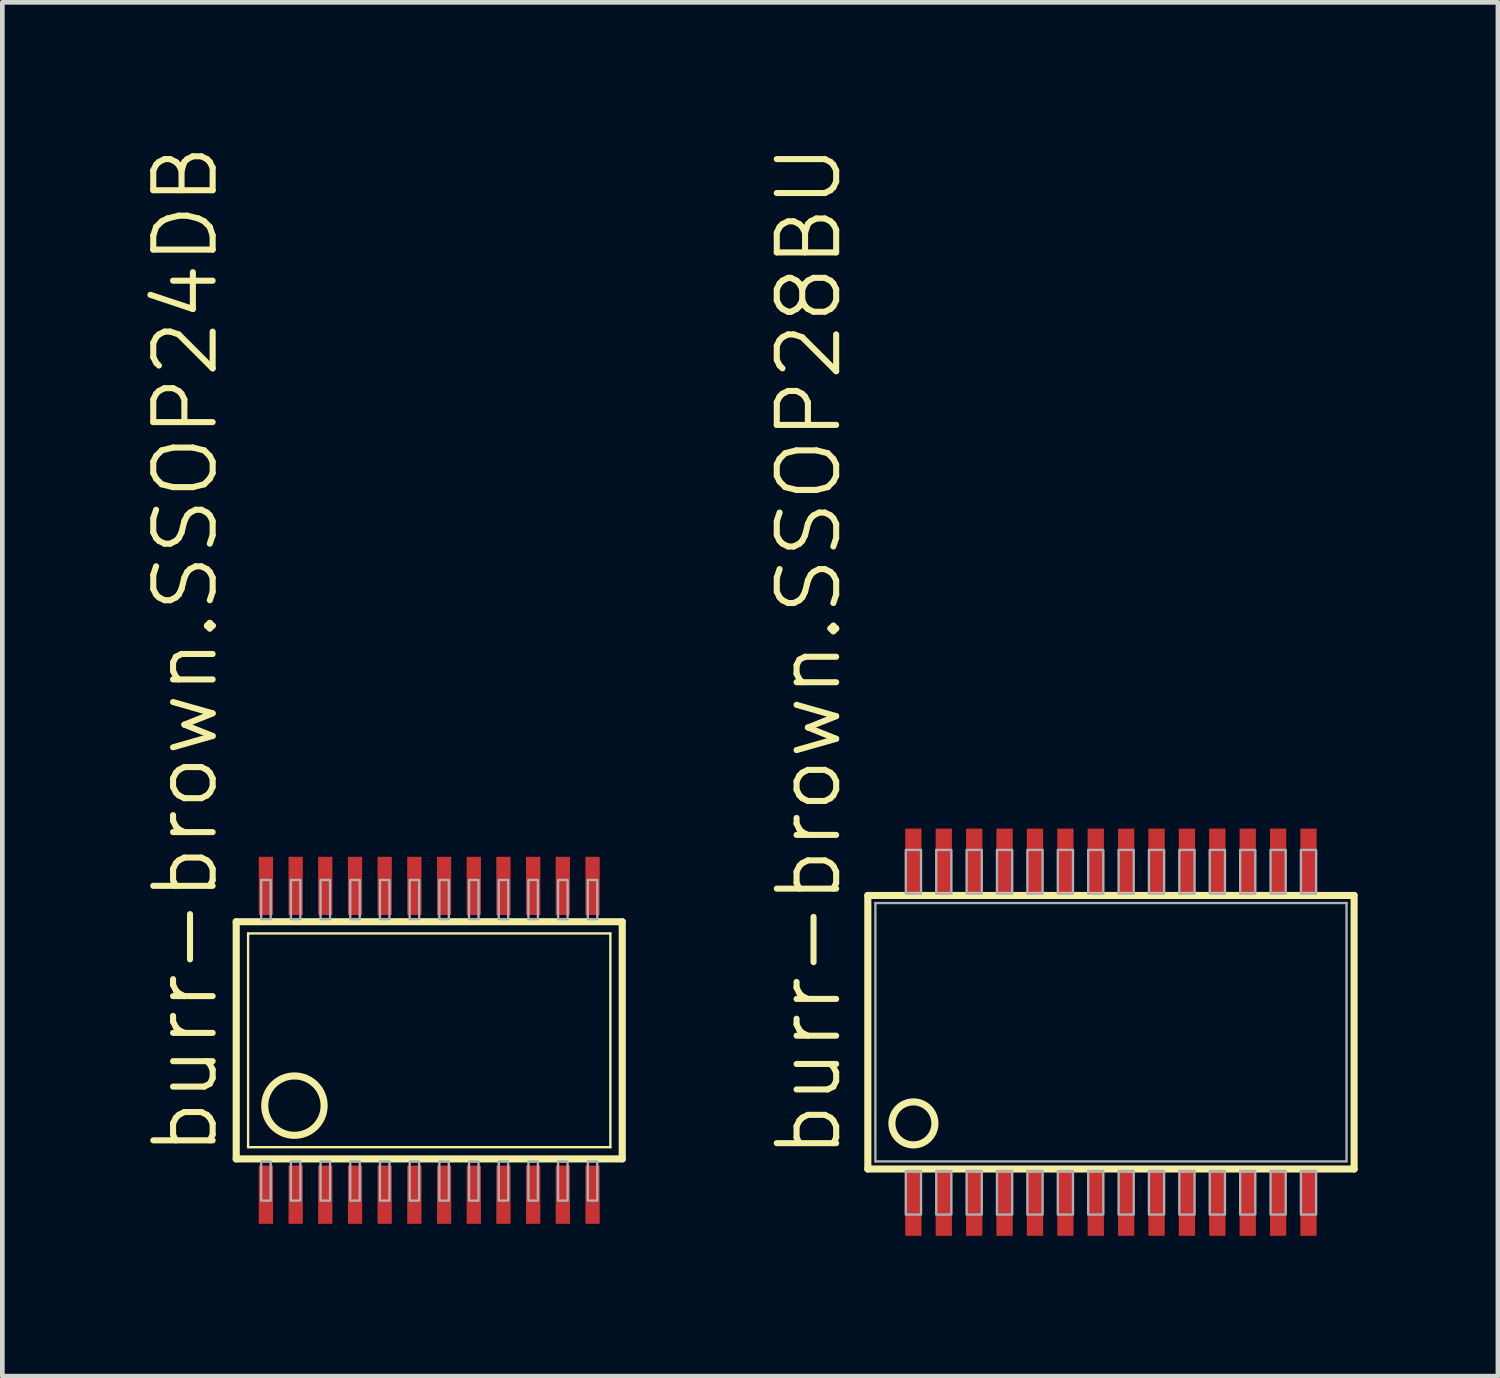
<source format=kicad_pcb>
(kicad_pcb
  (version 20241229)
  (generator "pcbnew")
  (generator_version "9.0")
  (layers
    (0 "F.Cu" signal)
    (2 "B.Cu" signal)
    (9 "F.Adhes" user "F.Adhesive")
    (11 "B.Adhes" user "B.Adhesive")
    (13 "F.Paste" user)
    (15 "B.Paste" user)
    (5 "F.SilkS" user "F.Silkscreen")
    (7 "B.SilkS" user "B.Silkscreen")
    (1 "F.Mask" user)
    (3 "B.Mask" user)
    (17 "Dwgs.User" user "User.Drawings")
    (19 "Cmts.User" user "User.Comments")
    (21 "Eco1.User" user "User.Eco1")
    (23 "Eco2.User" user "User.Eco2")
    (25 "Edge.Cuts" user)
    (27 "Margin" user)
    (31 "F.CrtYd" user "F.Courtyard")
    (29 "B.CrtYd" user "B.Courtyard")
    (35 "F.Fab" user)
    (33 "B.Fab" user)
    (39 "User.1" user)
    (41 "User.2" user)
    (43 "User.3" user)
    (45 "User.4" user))
  (footprint "burr-brown.SSOP24DB"
    (layer "F.Cu")
    (at 6.13 19.199)
    (property "Reference" "burr-brown.SSOP24DB" (at -4.47 2.527 90) (layer "F.SilkS") (effects (font (size 1.27 1.27) (thickness 0.13)) (justify left bottom)))
    (attr smd)
    (fp_line (start -4.128 2.536) (end -4.128 -2.536) (stroke (width 0.152) (type default)) (layer "F.SilkS"))
    (fp_line (start -4.128 2.536) (end 4.128 2.536) (stroke (width 0.152) (type default)) (layer "F.SilkS"))
    (fp_line (start -3.874 2.286) (end -3.874 -2.286) (stroke (width 0.051) (type default)) (layer "F.SilkS"))
    (fp_line (start -3.874 2.286) (end 3.874 2.286) (stroke (width 0.051) (type default)) (layer "F.SilkS"))
    (fp_line (start 3.874 -2.286) (end -3.874 -2.286) (stroke (width 0.051) (type default)) (layer "F.SilkS"))
    (fp_line (start 3.874 -2.286) (end 3.874 2.286) (stroke (width 0.051) (type default)) (layer "F.SilkS"))
    (fp_line (start 4.128 -2.536) (end -4.128 -2.536) (stroke (width 0.152) (type default)) (layer "F.SilkS"))
    (fp_line (start 4.128 2.536) (end 4.128 -2.536) (stroke (width 0.152) (type default)) (layer "F.SilkS"))
    (fp_circle (center -2.883 1.397) (end -2.248 1.397) (stroke (width 0.152) (type default)) (fill no) (layer "F.SilkS"))
    (fp_rect (start -3.594 -2.591) (end -3.391 -3.429) (stroke (width 0.05) (type default)) (fill no) (layer "F.Fab"))
    (fp_rect (start -3.594 3.429) (end -3.391 2.591) (stroke (width 0.05) (type default)) (fill no) (layer "F.Fab"))
    (fp_rect (start -2.959 -2.591) (end -2.756 -3.429) (stroke (width 0.05) (type default)) (fill no) (layer "F.Fab"))
    (fp_rect (start -2.959 3.429) (end -2.756 2.591) (stroke (width 0.05) (type default)) (fill no) (layer "F.Fab"))
    (fp_rect (start -2.324 -2.591) (end -2.121 -3.429) (stroke (width 0.05) (type default)) (fill no) (layer "F.Fab"))
    (fp_rect (start -2.324 3.429) (end -2.121 2.591) (stroke (width 0.05) (type default)) (fill no) (layer "F.Fab"))
    (fp_rect (start -1.689 -2.591) (end -1.486 -3.429) (stroke (width 0.05) (type default)) (fill no) (layer "F.Fab"))
    (fp_rect (start -1.689 3.429) (end -1.486 2.591) (stroke (width 0.05) (type default)) (fill no) (layer "F.Fab"))
    (fp_rect (start -1.054 -2.591) (end -0.851 -3.429) (stroke (width 0.05) (type default)) (fill no) (layer "F.Fab"))
    (fp_rect (start -1.054 3.429) (end -0.851 2.591) (stroke (width 0.05) (type default)) (fill no) (layer "F.Fab"))
    (fp_rect (start -0.419 -2.591) (end -0.216 -3.429) (stroke (width 0.05) (type default)) (fill no) (layer "F.Fab"))
    (fp_rect (start -0.419 3.429) (end -0.216 2.591) (stroke (width 0.05) (type default)) (fill no) (layer "F.Fab"))
    (fp_rect (start 0.216 -2.591) (end 0.419 -3.429) (stroke (width 0.05) (type default)) (fill no) (layer "F.Fab"))
    (fp_rect (start 0.216 3.429) (end 0.419 2.591) (stroke (width 0.05) (type default)) (fill no) (layer "F.Fab"))
    (fp_rect (start 0.851 -2.591) (end 1.054 -3.429) (stroke (width 0.05) (type default)) (fill no) (layer "F.Fab"))
    (fp_rect (start 0.851 3.429) (end 1.054 2.591) (stroke (width 0.05) (type default)) (fill no) (layer "F.Fab"))
    (fp_rect (start 1.486 -2.591) (end 1.689 -3.429) (stroke (width 0.05) (type default)) (fill no) (layer "F.Fab"))
    (fp_rect (start 1.486 3.429) (end 1.689 2.591) (stroke (width 0.05) (type default)) (fill no) (layer "F.Fab"))
    (fp_rect (start 2.121 -2.591) (end 2.324 -3.429) (stroke (width 0.05) (type default)) (fill no) (layer "F.Fab"))
    (fp_rect (start 2.121 3.429) (end 2.324 2.591) (stroke (width 0.05) (type default)) (fill no) (layer "F.Fab"))
    (fp_rect (start 2.756 -2.591) (end 2.959 -3.429) (stroke (width 0.05) (type default)) (fill no) (layer "F.Fab"))
    (fp_rect (start 2.756 3.429) (end 2.959 2.591) (stroke (width 0.05) (type default)) (fill no) (layer "F.Fab"))
    (fp_rect (start 3.391 -2.591) (end 3.594 -3.429) (stroke (width 0.05) (type default)) (fill no) (layer "F.Fab"))
    (fp_rect (start 3.391 3.429) (end 3.594 2.591) (stroke (width 0.05) (type default)) (fill no) (layer "F.Fab"))
    (pad "1" smd roundrect (at -3.493 3.302) (size 0.305 1.245) (layers "F.Cu" "F.Mask" "F.Paste") (roundrect_rratio 0.01))
    (pad "2" smd roundrect (at -2.857 3.302) (size 0.305 1.245) (layers "F.Cu" "F.Mask" "F.Paste") (roundrect_rratio 0.01))
    (pad "3" smd roundrect (at -2.223 3.302) (size 0.305 1.245) (layers "F.Cu" "F.Mask" "F.Paste") (roundrect_rratio 0.01))
    (pad "4" smd roundrect (at -1.587 3.302) (size 0.305 1.245) (layers "F.Cu" "F.Mask" "F.Paste") (roundrect_rratio 0.01))
    (pad "5" smd roundrect (at -0.953 3.302) (size 0.305 1.245) (layers "F.Cu" "F.Mask" "F.Paste") (roundrect_rratio 0.01))
    (pad "6" smd roundrect (at -0.318 3.302) (size 0.305 1.245) (layers "F.Cu" "F.Mask" "F.Paste") (roundrect_rratio 0.01))
    (pad "7" smd roundrect (at 0.318 3.302) (size 0.305 1.245) (layers "F.Cu" "F.Mask" "F.Paste") (roundrect_rratio 0.01))
    (pad "8" smd roundrect (at 0.953 3.302) (size 0.305 1.245) (layers "F.Cu" "F.Mask" "F.Paste") (roundrect_rratio 0.01))
    (pad "9" smd roundrect (at 1.587 3.302) (size 0.305 1.245) (layers "F.Cu" "F.Mask" "F.Paste") (roundrect_rratio 0.01))
    (pad "10" smd roundrect (at 2.223 3.302) (size 0.305 1.245) (layers "F.Cu" "F.Mask" "F.Paste") (roundrect_rratio 0.01))
    (pad "11" smd roundrect (at 2.857 3.302) (size 0.305 1.245) (layers "F.Cu" "F.Mask" "F.Paste") (roundrect_rratio 0.01))
    (pad "12" smd roundrect (at 3.493 3.302) (size 0.305 1.245) (layers "F.Cu" "F.Mask" "F.Paste") (roundrect_rratio 0.01))
    (pad "13" smd roundrect (at 3.493 -3.302) (size 0.305 1.245) (layers "F.Cu" "F.Mask" "F.Paste") (roundrect_rratio 0.01))
    (pad "14" smd roundrect (at 2.857 -3.302) (size 0.305 1.245) (layers "F.Cu" "F.Mask" "F.Paste") (roundrect_rratio 0.01))
    (pad "15" smd roundrect (at 2.223 -3.302) (size 0.305 1.245) (layers "F.Cu" "F.Mask" "F.Paste") (roundrect_rratio 0.01))
    (pad "16" smd roundrect (at 1.587 -3.302) (size 0.305 1.245) (layers "F.Cu" "F.Mask" "F.Paste") (roundrect_rratio 0.01))
    (pad "17" smd roundrect (at 0.953 -3.302) (size 0.305 1.245) (layers "F.Cu" "F.Mask" "F.Paste") (roundrect_rratio 0.01))
    (pad "18" smd roundrect (at 0.318 -3.302) (size 0.305 1.245) (layers "F.Cu" "F.Mask" "F.Paste") (roundrect_rratio 0.01))
    (pad "19" smd roundrect (at -0.318 -3.302) (size 0.305 1.245) (layers "F.Cu" "F.Mask" "F.Paste") (roundrect_rratio 0.01))
    (pad "20" smd roundrect (at -0.953 -3.302) (size 0.305 1.245) (layers "F.Cu" "F.Mask" "F.Paste") (roundrect_rratio 0.01))
    (pad "21" smd roundrect (at -1.587 -3.302) (size 0.305 1.245) (layers "F.Cu" "F.Mask" "F.Paste") (roundrect_rratio 0.01))
    (pad "22" smd roundrect (at -2.223 -3.302) (size 0.305 1.245) (layers "F.Cu" "F.Mask" "F.Paste") (roundrect_rratio 0.01))
    (pad "23" smd roundrect (at -2.857 -3.302) (size 0.305 1.245) (layers "F.Cu" "F.Mask" "F.Paste") (roundrect_rratio 0.01))
    (pad "24" smd roundrect (at -3.493 -3.302) (size 0.305 1.245) (layers "F.Cu" "F.Mask" "F.Paste") (roundrect_rratio 0.01)))
  (footprint "burr-brown.SSOP28BU"
    (layer "F.Cu")
    (at 20.71 19.026)
    (property "Reference" "burr-brown.SSOP28BU" (at -5.715 2.76 90) (layer "F.SilkS") (effects (font (size 1.27 1.27) (thickness 0.13)) (justify left bottom)))
    (attr smd)
    (fp_line (start -5.2 -2.925) (end 5.2 -2.925) (stroke (width 0.152) (type default)) (layer "F.SilkS"))
    (fp_line (start -5.2 2.925) (end -5.2 -2.925) (stroke (width 0.152) (type default)) (layer "F.SilkS"))
    (fp_line (start 5.2 -2.925) (end 5.2 2.925) (stroke (width 0.152) (type default)) (layer "F.SilkS"))
    (fp_line (start 5.2 2.925) (end -5.2 2.925) (stroke (width 0.152) (type default)) (layer "F.SilkS"))
    (fp_circle (center -4.225 1.95) (end -3.765 1.95) (stroke (width 0.152) (type default)) (fill no) (layer "F.SilkS"))
    (fp_line (start -5.038 -2.763) (end 5.038 -2.763) (stroke (width 0.051) (type default)) (layer "F.Fab"))
    (fp_line (start -5.038 2.763) (end -5.038 -2.763) (stroke (width 0.051) (type default)) (layer "F.Fab"))
    (fp_line (start 5.038 -2.763) (end 5.038 2.763) (stroke (width 0.051) (type default)) (layer "F.Fab"))
    (fp_line (start 5.038 2.763) (end -5.038 2.763) (stroke (width 0.051) (type default)) (layer "F.Fab"))
    (fp_rect (start -4.388 -2.966) (end -4.062 -3.9) (stroke (width 0.05) (type default)) (fill no) (layer "F.Fab"))
    (fp_rect (start -4.388 3.9) (end -4.062 2.966) (stroke (width 0.05) (type default)) (fill no) (layer "F.Fab"))
    (fp_rect (start -3.737 -2.966) (end -3.413 -3.9) (stroke (width 0.05) (type default)) (fill no) (layer "F.Fab"))
    (fp_rect (start -3.737 3.9) (end -3.413 2.966) (stroke (width 0.05) (type default)) (fill no) (layer "F.Fab"))
    (fp_rect (start -3.087 -2.966) (end -2.763 -3.9) (stroke (width 0.05) (type default)) (fill no) (layer "F.Fab"))
    (fp_rect (start -3.087 3.9) (end -2.763 2.966) (stroke (width 0.05) (type default)) (fill no) (layer "F.Fab"))
    (fp_rect (start -2.438 -2.966) (end -2.112 -3.9) (stroke (width 0.05) (type default)) (fill no) (layer "F.Fab"))
    (fp_rect (start -2.438 3.9) (end -2.112 2.966) (stroke (width 0.05) (type default)) (fill no) (layer "F.Fab"))
    (fp_rect (start -1.788 -2.966) (end -1.462 -3.9) (stroke (width 0.05) (type default)) (fill no) (layer "F.Fab"))
    (fp_rect (start -1.788 3.9) (end -1.462 2.966) (stroke (width 0.05) (type default)) (fill no) (layer "F.Fab"))
    (fp_rect (start -1.137 -2.966) (end -0.812 -3.9) (stroke (width 0.05) (type default)) (fill no) (layer "F.Fab"))
    (fp_rect (start -1.137 3.9) (end -0.812 2.966) (stroke (width 0.05) (type default)) (fill no) (layer "F.Fab"))
    (fp_rect (start -0.487 -2.966) (end -0.163 -3.9) (stroke (width 0.05) (type default)) (fill no) (layer "F.Fab"))
    (fp_rect (start -0.487 3.9) (end -0.163 2.966) (stroke (width 0.05) (type default)) (fill no) (layer "F.Fab"))
    (fp_rect (start 0.163 -2.966) (end 0.487 -3.9) (stroke (width 0.05) (type default)) (fill no) (layer "F.Fab"))
    (fp_rect (start 0.163 3.9) (end 0.487 2.966) (stroke (width 0.05) (type default)) (fill no) (layer "F.Fab"))
    (fp_rect (start 0.812 -2.966) (end 1.137 -3.9) (stroke (width 0.05) (type default)) (fill no) (layer "F.Fab"))
    (fp_rect (start 0.812 3.9) (end 1.137 2.966) (stroke (width 0.05) (type default)) (fill no) (layer "F.Fab"))
    (fp_rect (start 1.462 -2.966) (end 1.788 -3.9) (stroke (width 0.05) (type default)) (fill no) (layer "F.Fab"))
    (fp_rect (start 1.462 3.9) (end 1.788 2.966) (stroke (width 0.05) (type default)) (fill no) (layer "F.Fab"))
    (fp_rect (start 2.112 -2.966) (end 2.438 -3.9) (stroke (width 0.05) (type default)) (fill no) (layer "F.Fab"))
    (fp_rect (start 2.112 3.9) (end 2.438 2.966) (stroke (width 0.05) (type default)) (fill no) (layer "F.Fab"))
    (fp_rect (start 2.763 -2.966) (end 3.087 -3.9) (stroke (width 0.05) (type default)) (fill no) (layer "F.Fab"))
    (fp_rect (start 2.763 3.9) (end 3.087 2.966) (stroke (width 0.05) (type default)) (fill no) (layer "F.Fab"))
    (fp_rect (start 3.413 -2.966) (end 3.737 -3.9) (stroke (width 0.05) (type default)) (fill no) (layer "F.Fab"))
    (fp_rect (start 3.413 3.9) (end 3.737 2.966) (stroke (width 0.05) (type default)) (fill no) (layer "F.Fab"))
    (fp_rect (start 4.062 -2.966) (end 4.388 -3.9) (stroke (width 0.05) (type default)) (fill no) (layer "F.Fab"))
    (fp_rect (start 4.062 3.9) (end 4.388 2.966) (stroke (width 0.05) (type default)) (fill no) (layer "F.Fab"))
    (pad "1" smd roundrect (at -4.225 3.656) (size 0.348 1.397) (layers "F.Cu" "F.Mask" "F.Paste") (roundrect_rratio 0.01))
    (pad "2" smd roundrect (at -3.575 3.656) (size 0.348 1.397) (layers "F.Cu" "F.Mask" "F.Paste") (roundrect_rratio 0.01))
    (pad "3" smd roundrect (at -2.925 3.656) (size 0.348 1.397) (layers "F.Cu" "F.Mask" "F.Paste") (roundrect_rratio 0.01))
    (pad "4" smd roundrect (at -2.275 3.656) (size 0.348 1.397) (layers "F.Cu" "F.Mask" "F.Paste") (roundrect_rratio 0.01))
    (pad "5" smd roundrect (at -1.625 3.656) (size 0.348 1.397) (layers "F.Cu" "F.Mask" "F.Paste") (roundrect_rratio 0.01))
    (pad "6" smd roundrect (at -0.975 3.656) (size 0.348 1.397) (layers "F.Cu" "F.Mask" "F.Paste") (roundrect_rratio 0.01))
    (pad "7" smd roundrect (at -0.325 3.656) (size 0.348 1.397) (layers "F.Cu" "F.Mask" "F.Paste") (roundrect_rratio 0.01))
    (pad "8" smd roundrect (at 0.325 3.656) (size 0.348 1.397) (layers "F.Cu" "F.Mask" "F.Paste") (roundrect_rratio 0.01))
    (pad "9" smd roundrect (at 0.975 3.656) (size 0.348 1.397) (layers "F.Cu" "F.Mask" "F.Paste") (roundrect_rratio 0.01))
    (pad "10" smd roundrect (at 1.625 3.656) (size 0.348 1.397) (layers "F.Cu" "F.Mask" "F.Paste") (roundrect_rratio 0.01))
    (pad "11" smd roundrect (at 2.275 3.656) (size 0.348 1.397) (layers "F.Cu" "F.Mask" "F.Paste") (roundrect_rratio 0.01))
    (pad "12" smd roundrect (at 2.925 3.656) (size 0.348 1.397) (layers "F.Cu" "F.Mask" "F.Paste") (roundrect_rratio 0.01))
    (pad "13" smd roundrect (at 3.575 3.656) (size 0.348 1.397) (layers "F.Cu" "F.Mask" "F.Paste") (roundrect_rratio 0.01))
    (pad "14" smd roundrect (at 4.225 3.656) (size 0.348 1.397) (layers "F.Cu" "F.Mask" "F.Paste") (roundrect_rratio 0.01))
    (pad "15" smd roundrect (at 4.225 -3.656) (size 0.348 1.397) (layers "F.Cu" "F.Mask" "F.Paste") (roundrect_rratio 0.01))
    (pad "16" smd roundrect (at 3.575 -3.656) (size 0.348 1.397) (layers "F.Cu" "F.Mask" "F.Paste") (roundrect_rratio 0.01))
    (pad "17" smd roundrect (at 2.925 -3.656) (size 0.348 1.397) (layers "F.Cu" "F.Mask" "F.Paste") (roundrect_rratio 0.01))
    (pad "18" smd roundrect (at 2.275 -3.656) (size 0.348 1.397) (layers "F.Cu" "F.Mask" "F.Paste") (roundrect_rratio 0.01))
    (pad "19" smd roundrect (at 1.625 -3.656) (size 0.348 1.397) (layers "F.Cu" "F.Mask" "F.Paste") (roundrect_rratio 0.01))
    (pad "20" smd roundrect (at 0.975 -3.656) (size 0.348 1.397) (layers "F.Cu" "F.Mask" "F.Paste") (roundrect_rratio 0.01))
    (pad "21" smd roundrect (at 0.325 -3.656) (size 0.348 1.397) (layers "F.Cu" "F.Mask" "F.Paste") (roundrect_rratio 0.01))
    (pad "22" smd roundrect (at -0.325 -3.656) (size 0.348 1.397) (layers "F.Cu" "F.Mask" "F.Paste") (roundrect_rratio 0.01))
    (pad "23" smd roundrect (at -0.975 -3.656) (size 0.348 1.397) (layers "F.Cu" "F.Mask" "F.Paste") (roundrect_rratio 0.01))
    (pad "24" smd roundrect (at -1.625 -3.656) (size 0.348 1.397) (layers "F.Cu" "F.Mask" "F.Paste") (roundrect_rratio 0.01))
    (pad "25" smd roundrect (at -2.275 -3.656) (size 0.348 1.397) (layers "F.Cu" "F.Mask" "F.Paste") (roundrect_rratio 0.01))
    (pad "26" smd roundrect (at -2.925 -3.656) (size 0.348 1.397) (layers "F.Cu" "F.Mask" "F.Paste") (roundrect_rratio 0.01))
    (pad "27" smd roundrect (at -3.575 -3.656) (size 0.348 1.397) (layers "F.Cu" "F.Mask" "F.Paste") (roundrect_rratio 0.01))
    (pad "28" smd roundrect (at -4.225 -3.656) (size 0.348 1.397) (layers "F.Cu" "F.Mask" "F.Paste") (roundrect_rratio 0.01)))
  (gr_rect
    (start -3 -3)
    (end 28.986 26.381)
    (stroke (width 0.1) (type default))
    (fill no)
    (layer "Edge.Cuts")))
</source>
